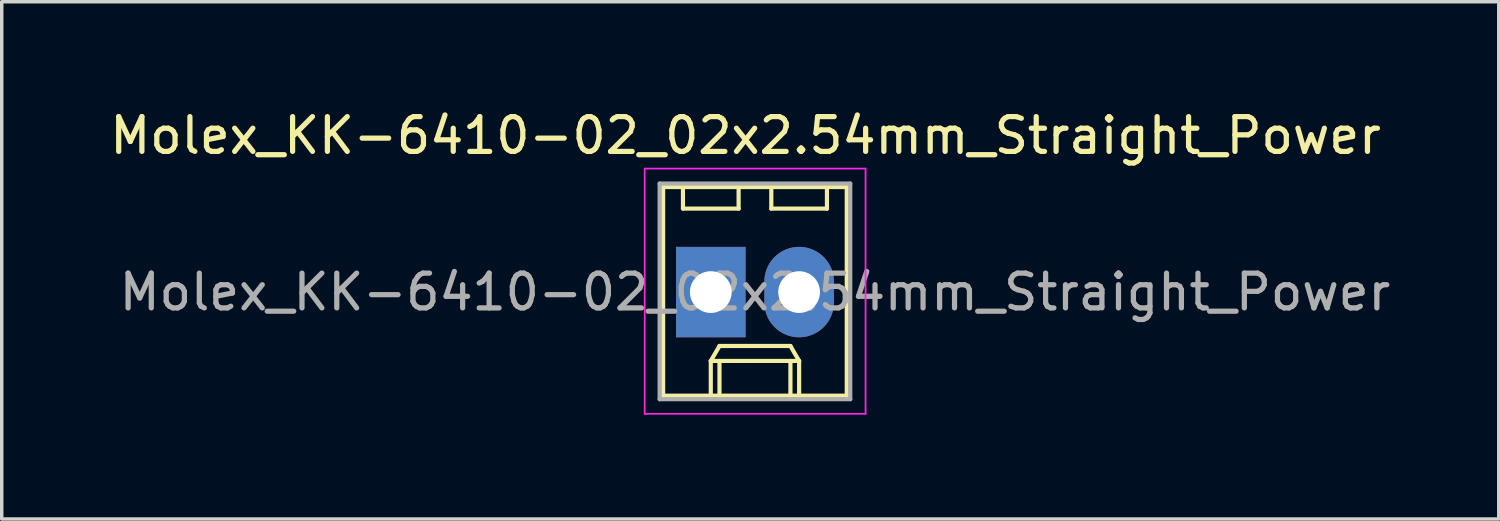
<source format=kicad_pcb>
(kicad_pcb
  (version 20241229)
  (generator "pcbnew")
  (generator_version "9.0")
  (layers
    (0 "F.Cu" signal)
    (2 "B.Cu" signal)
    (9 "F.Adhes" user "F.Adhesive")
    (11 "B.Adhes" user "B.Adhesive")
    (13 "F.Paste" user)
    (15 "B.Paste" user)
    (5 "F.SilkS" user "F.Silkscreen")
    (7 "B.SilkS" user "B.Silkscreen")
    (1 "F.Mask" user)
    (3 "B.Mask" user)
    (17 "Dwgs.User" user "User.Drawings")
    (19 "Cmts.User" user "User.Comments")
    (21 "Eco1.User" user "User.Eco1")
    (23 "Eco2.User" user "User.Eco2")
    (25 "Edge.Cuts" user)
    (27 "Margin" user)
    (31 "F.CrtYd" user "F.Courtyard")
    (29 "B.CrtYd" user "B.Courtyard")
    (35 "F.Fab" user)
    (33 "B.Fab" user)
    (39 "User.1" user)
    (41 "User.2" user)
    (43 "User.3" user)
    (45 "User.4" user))
  (footprint "Molex_KK-6410-02_02x2.54mm_Straight_Power"
    (layer "F.Cu")
    (at 17.387 5.348)
    (property "Reference" "Molex_KK-6410-02_02x2.54mm_Straight_Power" (at 1 -4.5 0) (layer "F.SilkS") (effects (font (size 1 1) (thickness 0.15))))
    (attr through_hole)
    (fp_line (start -1.37 -3.02) (end -1.37 2.98) (stroke (width 0.12) (type solid)) (layer "F.SilkS"))
    (fp_line (start -1.37 2.98) (end 3.91 2.98) (stroke (width 0.12) (type solid)) (layer "F.SilkS"))
    (fp_line (start -0.8 -3.02) (end -0.8 -2.4) (stroke (width 0.12) (type solid)) (layer "F.SilkS"))
    (fp_line (start -0.8 -2.4) (end 0.8 -2.4) (stroke (width 0.12) (type solid)) (layer "F.SilkS"))
    (fp_line (start 0 1.98) (end 0.25 1.55) (stroke (width 0.12) (type solid)) (layer "F.SilkS"))
    (fp_line (start 0 1.98) (end 2.54 1.98) (stroke (width 0.12) (type solid)) (layer "F.SilkS"))
    (fp_line (start 0 2.98) (end 0 1.98) (stroke (width 0.12) (type solid)) (layer "F.SilkS"))
    (fp_line (start 0.25 1.55) (end 2.29 1.55) (stroke (width 0.12) (type solid)) (layer "F.SilkS"))
    (fp_line (start 0.25 2.98) (end 0.25 1.98) (stroke (width 0.12) (type solid)) (layer "F.SilkS"))
    (fp_line (start 0.8 -2.4) (end 0.8 -3.02) (stroke (width 0.12) (type solid)) (layer "F.SilkS"))
    (fp_line (start 1.74 -3.02) (end 1.74 -2.4) (stroke (width 0.12) (type solid)) (layer "F.SilkS"))
    (fp_line (start 1.74 -2.4) (end 3.34 -2.4) (stroke (width 0.12) (type solid)) (layer "F.SilkS"))
    (fp_line (start 2.29 1.55) (end 2.54 1.98) (stroke (width 0.12) (type solid)) (layer "F.SilkS"))
    (fp_line (start 2.29 2.98) (end 2.29 1.98) (stroke (width 0.12) (type solid)) (layer "F.SilkS"))
    (fp_line (start 2.54 1.98) (end 2.54 2.98) (stroke (width 0.12) (type solid)) (layer "F.SilkS"))
    (fp_line (start 3.34 -2.4) (end 3.34 -3.02) (stroke (width 0.12) (type solid)) (layer "F.SilkS"))
    (fp_line (start 3.91 -3.02) (end -1.37 -3.02) (stroke (width 0.12) (type solid)) (layer "F.SilkS"))
    (fp_line (start 3.91 2.98) (end 3.91 -3.02) (stroke (width 0.12) (type solid)) (layer "F.SilkS"))
    (fp_line (start -1.9 -3.55) (end 4.45 -3.55) (stroke (width 0.05) (type solid)) (layer "F.CrtYd"))
    (fp_line (start -1.9 3.5) (end -1.9 -3.55) (stroke (width 0.05) (type solid)) (layer "F.CrtYd"))
    (fp_line (start 4.45 -3.55) (end 4.45 3.5) (stroke (width 0.05) (type solid)) (layer "F.CrtYd"))
    (fp_line (start 4.45 3.5) (end -1.9 3.5) (stroke (width 0.05) (type solid)) (layer "F.CrtYd"))
    (fp_line (start -1.47 -3.12) (end -1.47 3.08) (stroke (width 0.12) (type solid)) (layer "F.Fab"))
    (fp_line (start -1.47 3.08) (end 4.01 3.08) (stroke (width 0.12) (type solid)) (layer "F.Fab"))
    (fp_line (start 4.01 -3.12) (end -1.47 -3.12) (stroke (width 0.12) (type solid)) (layer "F.Fab"))
    (fp_line (start 4.01 3.08) (end 4.01 -3.12) (stroke (width 0.12) (type solid)) (layer "F.Fab"))
    (fp_text user "${REFERENCE}" (at 1.27 0 0) (layer "F.Fab") (effects (font (size 1 1) (thickness 0.15))))
    (pad "GND" thru_hole rect (at 0 0) (size 2 2.6) (drill 1.2) (layers "*.Cu" "*.Mask"))
    (pad "VCC" thru_hole oval (at 2.54 0) (size 2 2.6) (drill 1.2) (layers "*.Cu" "*.Mask")))
  (gr_rect
    (start -3 -3)
    (end 40.044 11.873)
    (stroke (width 0.1) (type default))
    (fill no)
    (layer "Edge.Cuts")))
</source>
